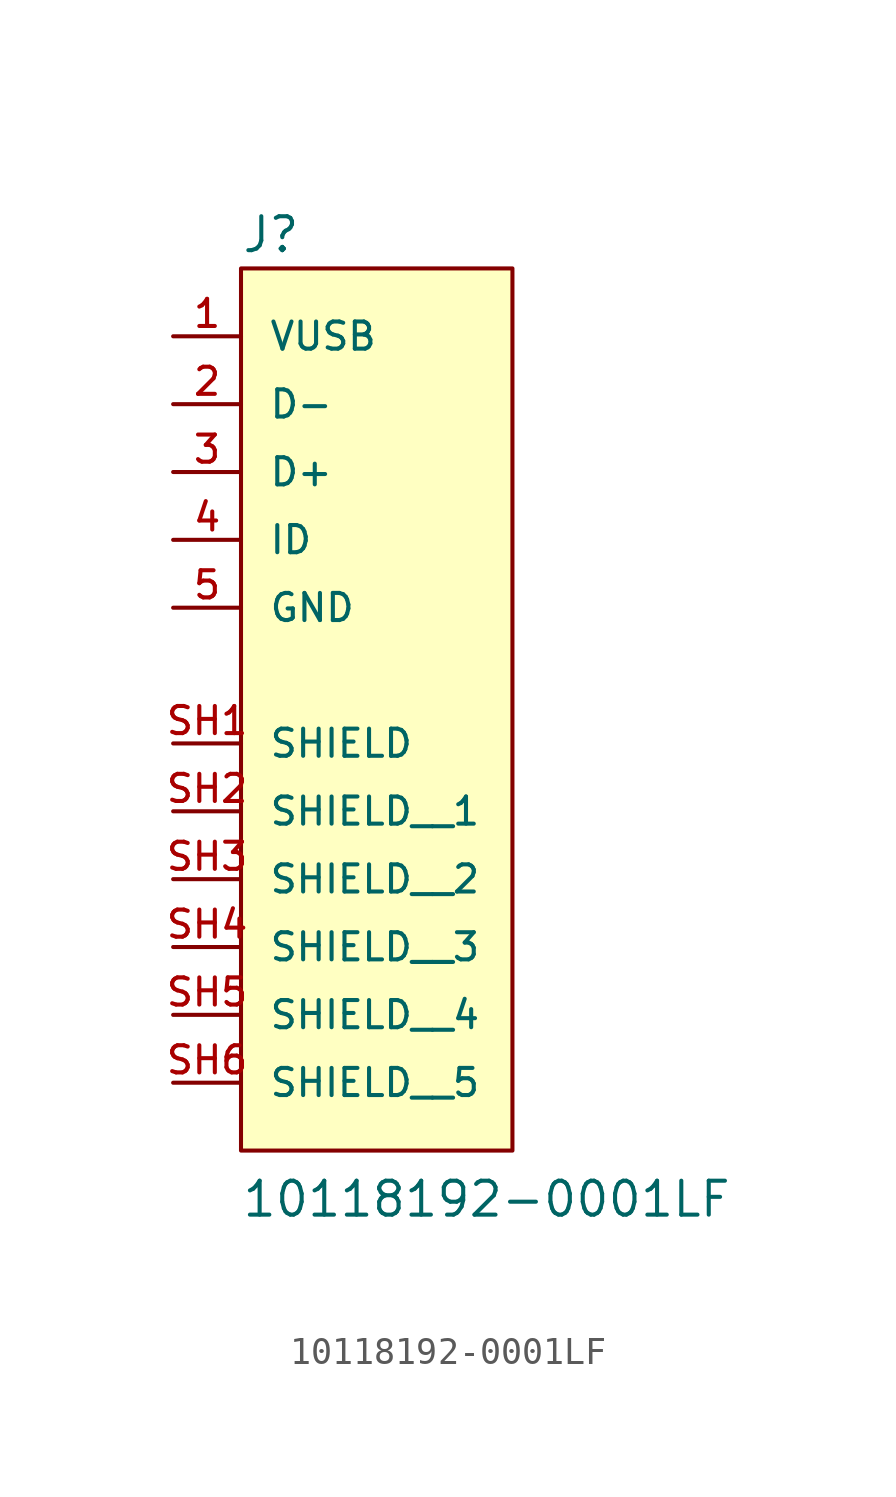
<source format=kicad_sym>
(kicad_symbol_lib
  (version 20211014)
  (generator kicad_symbol_editor)
  (symbol "10118192-0001LF"
    (pin_names
      (offset 1.016))
    (property "Reference" "J"
      (at -5.086 10.681 0)
      (effects (font (size 1.27 1.27)) (justify bottom left)))
    (property "Value" "10118192-0001LF"
      (at -5.088 -25.421 0)
      (effects (font (size 1.27 1.27)) (justify bottom left)))
    (symbol "10118192-0001LF_0_0"
      (rectangle (start -5.08 -22.86) (end 5.08 10.16) (stroke (width 0.152)) (fill (type background)))
      (pin passive line (at -7.62 7.62 0) (length 2.54) (name "VUSB" (effects (font (size 1.016 1.016)))) (number "1" (effects (font (size 1.016 1.016)))))
      (pin passive line (at -7.62 5.08 0) (length 2.54) (name "D-" (effects (font (size 1.016 1.016)))) (number "2" (effects (font (size 1.016 1.016)))))
      (pin passive line (at -7.62 2.54 0) (length 2.54) (name "D+" (effects (font (size 1.016 1.016)))) (number "3" (effects (font (size 1.016 1.016)))))
      (pin passive line (at -7.62 0.0 0) (length 2.54) (name "ID" (effects (font (size 1.016 1.016)))) (number "4" (effects (font (size 1.016 1.016)))))
      (pin passive line (at -7.62 -2.54 0) (length 2.54) (name "GND" (effects (font (size 1.016 1.016)))) (number "5" (effects (font (size 1.016 1.016)))))
      (pin passive line (at -7.62 -7.62 0) (length 2.54) (name "SHIELD" (effects (font (size 1.016 1.016)))) (number "SH1" (effects (font (size 1.016 1.016)))))
      (pin passive line (at -7.62 -10.16 0) (length 2.54) (name "SHIELD__1" (effects (font (size 1.016 1.016)))) (number "SH2" (effects (font (size 1.016 1.016)))))
      (pin passive line (at -7.62 -12.7 0) (length 2.54) (name "SHIELD__2" (effects (font (size 1.016 1.016)))) (number "SH3" (effects (font (size 1.016 1.016)))))
      (pin passive line (at -7.62 -15.24 0) (length 2.54) (name "SHIELD__3" (effects (font (size 1.016 1.016)))) (number "SH4" (effects (font (size 1.016 1.016)))))
      (pin passive line (at -7.62 -17.78 0) (length 2.54) (name "SHIELD__4" (effects (font (size 1.016 1.016)))) (number "SH5" (effects (font (size 1.016 1.016)))))
      (pin passive line (at -7.62 -20.32 0) (length 2.54) (name "SHIELD__5" (effects (font (size 1.016 1.016)))) (number "SH6" (effects (font (size 1.016 1.016))))))))
</source>
